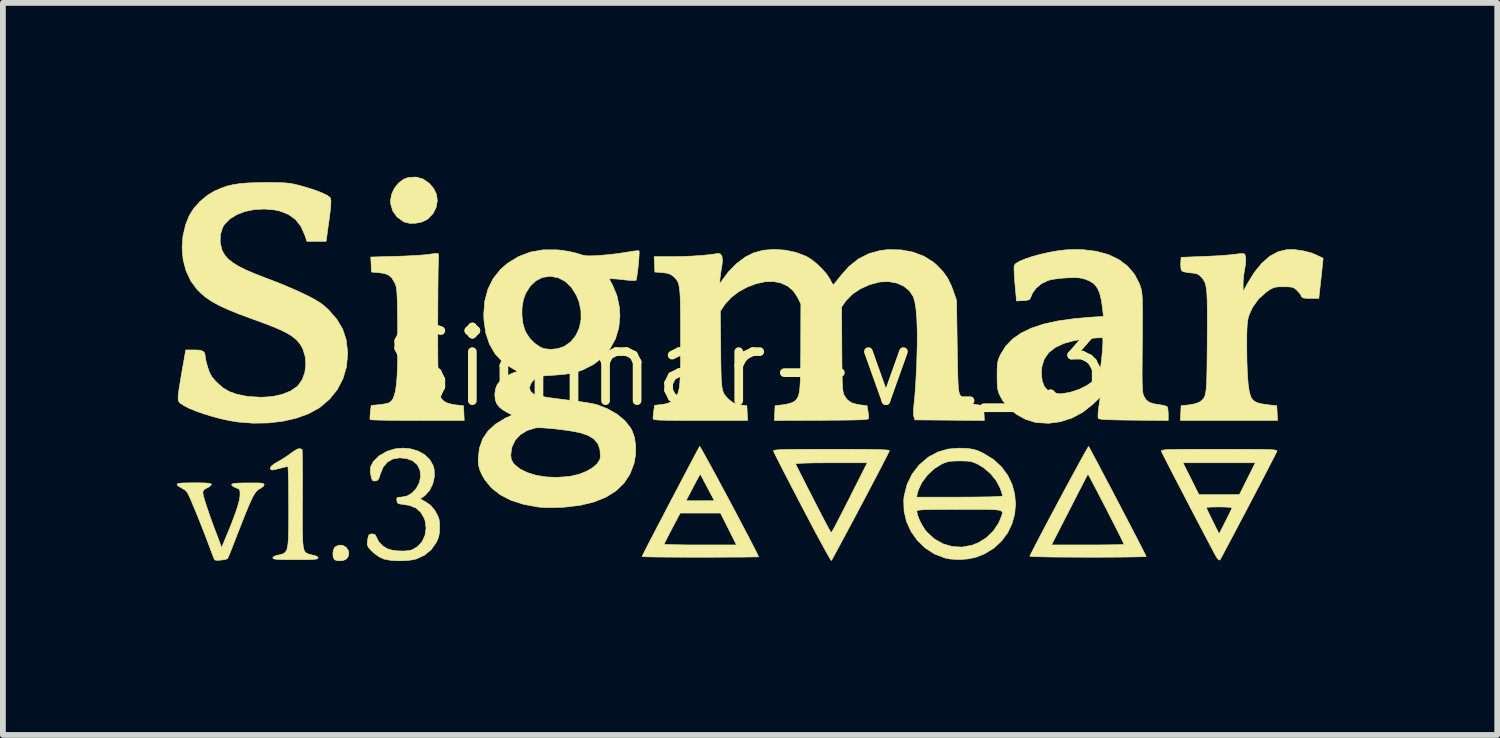
<source format=kicad_pcb>
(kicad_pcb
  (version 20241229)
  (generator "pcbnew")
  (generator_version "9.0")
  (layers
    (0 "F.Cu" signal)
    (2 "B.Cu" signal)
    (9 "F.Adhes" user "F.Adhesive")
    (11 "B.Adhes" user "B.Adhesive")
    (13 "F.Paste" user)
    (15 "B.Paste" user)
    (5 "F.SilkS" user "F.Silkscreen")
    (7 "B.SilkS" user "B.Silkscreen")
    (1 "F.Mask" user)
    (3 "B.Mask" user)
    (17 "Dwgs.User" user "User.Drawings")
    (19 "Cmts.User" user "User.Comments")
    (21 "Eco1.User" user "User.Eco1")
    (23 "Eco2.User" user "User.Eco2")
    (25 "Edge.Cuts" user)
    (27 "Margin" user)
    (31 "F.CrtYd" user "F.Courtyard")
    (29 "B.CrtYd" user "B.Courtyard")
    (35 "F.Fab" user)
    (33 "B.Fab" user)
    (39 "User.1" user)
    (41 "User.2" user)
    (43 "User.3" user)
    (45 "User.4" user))
  (footprint "Sigmar-v1_3"
    (layer "F.Cu")
    (at 9.848 3.284)
    (property "Reference" "Sigmar-v1_3" (at 0 0 0) (layer "F.SilkS") (effects (font (size 1.27 1.27) (thickness 0.15))))
    (attr through_hole)
    (fp_poly (pts (xy -6.988 3.075) (xy -6.93 3.106) (xy -6.89 3.16) (xy -6.879 3.214) (xy -6.892 3.271) (xy -6.918 3.309) (xy -6.968 3.334) (xy -7.033 3.343) (xy -7.095 3.337) (xy -7.129 3.319) (xy -7.15 3.273) (xy -7.154 3.208) (xy -7.14 3.144) (xy -7.116 3.104) (xy -7.054 3.073) (xy -6.988 3.075)) (stroke (width 0.01) (type solid)) (fill yes) (layer "F.SilkS"))
    (fp_poly (pts (xy -5.6 -3.246) (xy -5.494 -3.173) (xy -5.417 -3.084) (xy -5.366 -2.981) (xy -5.352 -2.868) (xy -5.373 -2.755) (xy -5.426 -2.649) (xy -5.511 -2.561) (xy -5.53 -2.546) (xy -5.619 -2.504) (xy -5.724 -2.482) (xy -5.83 -2.481) (xy -5.921 -2.503) (xy -5.937 -2.511) (xy -6.047 -2.591) (xy -6.12 -2.692) (xy -6.156 -2.812) (xy -6.16 -2.868) (xy -6.142 -2.979) (xy -6.093 -3.084) (xy -6.022 -3.175) (xy -5.934 -3.241) (xy -5.852 -3.272) (xy -5.719 -3.279) (xy -5.6 -3.246)) (stroke (width 0.01) (type solid)) (fill yes) (layer "F.SilkS"))
    (fp_poly (pts (xy -7.73 1.407) (xy -7.695 1.417) (xy -7.687 1.418) (xy -7.684 1.439) (xy -7.682 1.497) (xy -7.68 1.588) (xy -7.679 1.709) (xy -7.678 1.853) (xy -7.678 2.017) (xy -7.679 2.196) (xy -7.679 2.248) (xy -7.681 2.471) (xy -7.681 2.655) (xy -7.68 2.805) (xy -7.678 2.924) (xy -7.674 3.017) (xy -7.667 3.086) (xy -7.658 3.136) (xy -7.646 3.17) (xy -7.631 3.193) (xy -7.612 3.209) (xy -7.601 3.215) (xy -7.558 3.231) (xy -7.497 3.246) (xy -7.488 3.247) (xy -7.431 3.265) (xy -7.408 3.29) (xy -7.408 3.292) (xy -7.414 3.303) (xy -7.435 3.312) (xy -7.477 3.317) (xy -7.545 3.321) (xy -7.644 3.323) (xy -7.779 3.323) (xy -7.8 3.323) (xy -7.941 3.323) (xy -8.045 3.321) (xy -8.116 3.318) (xy -8.161 3.312) (xy -8.185 3.304) (xy -8.191 3.294) (xy -8.191 3.293) (xy -8.173 3.268) (xy -8.126 3.25) (xy -8.123 3.249) (xy -8.07 3.239) (xy -8.027 3.227) (xy -7.993 3.211) (xy -7.967 3.185) (xy -7.947 3.147) (xy -7.934 3.09) (xy -7.925 3.013) (xy -7.92 2.909) (xy -7.917 2.776) (xy -7.916 2.609) (xy -7.916 2.403) (xy -7.917 2.238) (xy -7.918 2.086) (xy -7.92 1.954) (xy -7.923 1.846) (xy -7.926 1.767) (xy -7.93 1.723) (xy -7.932 1.715) (xy -7.96 1.72) (xy -8.015 1.733) (xy -8.065 1.746) (xy -8.148 1.767) (xy -8.198 1.775) (xy -8.224 1.77) (xy -8.233 1.752) (xy -8.234 1.741) (xy -8.214 1.708) (xy -8.159 1.666) (xy -8.114 1.64) (xy -8.03 1.591) (xy -7.938 1.531) (xy -7.877 1.486) (xy -7.815 1.443) (xy -7.762 1.414) (xy -7.731 1.407) (xy -7.73 1.407)) (stroke (width 0.01) (type solid)) (fill yes) (layer "F.SilkS"))
    (fp_poly (pts (xy -5.337 -1.957) (xy -5.332 -1.931) (xy -5.331 -1.875) (xy -5.334 -1.803) (xy -5.336 -1.753) (xy -5.338 -1.666) (xy -5.339 -1.546) (xy -5.341 -1.399) (xy -5.342 -1.228) (xy -5.343 -1.04) (xy -5.344 -0.838) (xy -5.344 -0.635) (xy -5.344 -0.385) (xy -5.343 -0.175) (xy -5.341 0.001) (xy -5.339 0.145) (xy -5.335 0.261) (xy -5.329 0.353) (xy -5.321 0.423) (xy -5.311 0.477) (xy -5.297 0.516) (xy -5.281 0.546) (xy -5.261 0.569) (xy -5.237 0.589) (xy -5.227 0.597) (xy -5.172 0.623) (xy -5.091 0.644) (xy -5.037 0.652) (xy -4.9 0.667) (xy -4.888 0.921) (xy -5.695 0.921) (xy -5.876 0.92) (xy -6.043 0.919) (xy -6.191 0.918) (xy -6.317 0.916) (xy -6.415 0.913) (xy -6.481 0.91) (xy -6.51 0.907) (xy -6.511 0.906) (xy -6.514 0.879) (xy -6.511 0.823) (xy -6.507 0.777) (xy -6.493 0.662) (xy -6.358 0.649) (xy -6.28 0.639) (xy -6.215 0.626) (xy -6.181 0.614) (xy -6.146 0.587) (xy -6.116 0.544) (xy -6.092 0.482) (xy -6.072 0.399) (xy -6.057 0.291) (xy -6.046 0.155) (xy -6.039 -0.011) (xy -6.035 -0.212) (xy -6.034 -0.449) (xy -6.036 -0.661) (xy -6.038 -0.853) (xy -6.04 -1.007) (xy -6.042 -1.129) (xy -6.046 -1.223) (xy -6.05 -1.294) (xy -6.055 -1.347) (xy -6.062 -1.386) (xy -6.071 -1.417) (xy -6.082 -1.445) (xy -6.09 -1.46) (xy -6.137 -1.538) (xy -6.193 -1.588) (xy -6.269 -1.616) (xy -6.361 -1.629) (xy -6.488 -1.64) (xy -6.494 -1.77) (xy -6.5 -1.899) (xy -6.06 -1.911) (xy -5.917 -1.916) (xy -5.78 -1.923) (xy -5.657 -1.93) (xy -5.558 -1.938) (xy -5.49 -1.946) (xy -5.485 -1.947) (xy -5.414 -1.957) (xy -5.36 -1.961) (xy -5.337 -1.957)) (stroke (width 0.01) (type solid)) (fill yes) (layer "F.SilkS"))
    (fp_poly (pts (xy 5.899 1.392) (xy 5.929 1.447) (xy 5.973 1.53) (xy 6.031 1.637) (xy 6.098 1.765) (xy 6.173 1.908) (xy 6.255 2.062) (xy 6.339 2.223) (xy 6.425 2.387) (xy 6.509 2.549) (xy 6.591 2.705) (xy 6.666 2.85) (xy 6.734 2.981) (xy 6.791 3.092) (xy 6.836 3.18) (xy 6.866 3.239) (xy 6.879 3.267) (xy 6.879 3.268) (xy 6.859 3.271) (xy 6.8 3.273) (xy 6.707 3.275) (xy 6.584 3.277) (xy 6.436 3.279) (xy 6.265 3.28) (xy 6.077 3.281) (xy 5.875 3.281) (xy 5.872 3.281) (xy 5.67 3.28) (xy 5.482 3.279) (xy 5.312 3.278) (xy 5.164 3.276) (xy 5.042 3.273) (xy 4.95 3.27) (xy 4.892 3.267) (xy 4.872 3.263) (xy 4.872 3.263) (xy 4.89 3.224) (xy 4.925 3.154) (xy 4.969 3.069) (xy 5.246 3.069) (xy 5.872 3.069) (xy 6.03 3.069) (xy 6.173 3.068) (xy 6.297 3.066) (xy 6.395 3.065) (xy 6.463 3.062) (xy 6.496 3.06) (xy 6.498 3.059) (xy 6.489 3.038) (xy 6.463 2.985) (xy 6.424 2.905) (xy 6.373 2.805) (xy 6.315 2.69) (xy 6.25 2.564) (xy 6.184 2.434) (xy 6.117 2.305) (xy 6.053 2.181) (xy 5.995 2.07) (xy 5.945 1.975) (xy 5.907 1.903) (xy 5.882 1.858) (xy 5.874 1.846) (xy 5.864 1.865) (xy 5.836 1.918) (xy 5.794 2) (xy 5.739 2.106) (xy 5.675 2.231) (xy 5.603 2.372) (xy 5.557 2.461) (xy 5.246 3.069) (xy 4.969 3.069) (xy 4.974 3.058) (xy 5.036 2.94) (xy 5.107 2.805) (xy 5.185 2.657) (xy 5.269 2.5) (xy 5.355 2.338) (xy 5.442 2.175) (xy 5.527 2.017) (xy 5.609 1.866) (xy 5.684 1.728) (xy 5.751 1.606) (xy 5.806 1.506) (xy 5.849 1.43) (xy 5.877 1.383) (xy 5.886 1.37) (xy 5.899 1.392)) (stroke (width 0.01) (type solid)) (fill yes) (layer "F.SilkS"))
    (fp_poly (pts (xy -0.814 1.385) (xy -0.785 1.434) (xy -0.741 1.512) (xy -0.684 1.615) (xy -0.617 1.738) (xy -0.541 1.877) (xy -0.46 2.029) (xy -0.374 2.188) (xy -0.287 2.351) (xy -0.201 2.513) (xy -0.118 2.67) (xy -0.041 2.817) (xy 0.03 2.951) (xy 0.09 3.068) (xy 0.138 3.162) (xy 0.172 3.23) (xy 0.189 3.267) (xy 0.191 3.273) (xy 0.17 3.275) (xy 0.111 3.276) (xy 0.019 3.277) (xy -0.104 3.279) (xy -0.253 3.279) (xy -0.423 3.28) (xy -0.612 3.281) (xy -0.813 3.281) (xy -0.815 3.281) (xy -1.017 3.281) (xy -1.205 3.28) (xy -1.376 3.279) (xy -1.524 3.278) (xy -1.647 3.276) (xy -1.741 3.274) (xy -1.8 3.272) (xy -1.82 3.27) (xy -1.82 3.27) (xy -1.811 3.25) (xy -1.784 3.196) (xy -1.742 3.114) (xy -1.713 3.057) (xy -1.439 3.057) (xy -1.419 3.06) (xy -1.362 3.063) (xy -1.272 3.065) (xy -1.156 3.067) (xy -1.019 3.069) (xy -0.865 3.069) (xy -0.815 3.069) (xy -0.19 3.069) (xy -0.328 2.794) (xy -0.466 2.519) (xy -1.161 2.519) (xy -1.3 2.782) (xy -1.35 2.878) (xy -1.392 2.96) (xy -1.423 3.021) (xy -1.438 3.054) (xy -1.439 3.057) (xy -1.713 3.057) (xy -1.687 3.007) (xy -1.621 2.88) (xy -1.547 2.737) (xy -1.466 2.583) (xy -1.382 2.422) (xy -1.322 2.307) (xy -1.061 2.307) (xy -0.571 2.307) (xy -0.691 2.08) (xy -0.738 1.992) (xy -0.776 1.919) (xy -0.803 1.868) (xy -0.814 1.847) (xy -0.814 1.847) (xy -0.825 1.863) (xy -0.851 1.909) (xy -0.889 1.979) (xy -0.935 2.066) (xy -0.939 2.075) (xy -1.061 2.307) (xy -1.322 2.307) (xy -1.296 2.258) (xy -1.211 2.096) (xy -1.129 1.94) (xy -1.052 1.794) (xy -0.983 1.662) (xy -0.924 1.55) (xy -0.876 1.461) (xy -0.843 1.4) (xy -0.827 1.371) (xy -0.825 1.369) (xy -0.814 1.385)) (stroke (width 0.01) (type solid)) (fill yes) (layer "F.SilkS"))
    (fp_poly (pts (xy 1.692 1.418) (xy 1.894 1.419) (xy 2.059 1.42) (xy 2.191 1.422) (xy 2.292 1.425) (xy 2.366 1.428) (xy 2.414 1.432) (xy 2.441 1.437) (xy 2.449 1.444) (xy 2.449 1.445) (xy 2.433 1.478) (xy 2.401 1.543) (xy 2.353 1.635) (xy 2.294 1.75) (xy 2.225 1.883) (xy 2.147 2.03) (xy 2.065 2.187) (xy 1.979 2.349) (xy 1.893 2.512) (xy 1.808 2.672) (xy 1.726 2.825) (xy 1.651 2.965) (xy 1.584 3.089) (xy 1.528 3.193) (xy 1.485 3.272) (xy 1.457 3.322) (xy 1.446 3.338) (xy 1.433 3.321) (xy 1.403 3.27) (xy 1.357 3.188) (xy 1.297 3.079) (xy 1.225 2.947) (xy 1.144 2.796) (xy 1.055 2.627) (xy 0.96 2.446) (xy 0.942 2.412) (xy 0.846 2.228) (xy 0.756 2.055) (xy 0.674 1.896) (xy 0.601 1.756) (xy 0.557 1.668) (xy 0.829 1.668) (xy 0.843 1.698) (xy 0.873 1.759) (xy 0.917 1.846) (xy 0.971 1.952) (xy 1.031 2.071) (xy 1.096 2.197) (xy 1.161 2.325) (xy 1.224 2.447) (xy 1.282 2.559) (xy 1.331 2.653) (xy 1.368 2.724) (xy 1.39 2.765) (xy 1.392 2.769) (xy 1.445 2.86) (xy 1.481 2.8) (xy 1.5 2.766) (xy 1.535 2.699) (xy 1.583 2.606) (xy 1.642 2.491) (xy 1.709 2.36) (xy 1.781 2.218) (xy 1.792 2.195) (xy 2.067 1.651) (xy 1.444 1.651) (xy 1.287 1.652) (xy 1.145 1.653) (xy 1.024 1.656) (xy 0.927 1.659) (xy 0.861 1.663) (xy 0.83 1.667) (xy 0.829 1.668) (xy 0.557 1.668) (xy 0.541 1.637) (xy 0.494 1.544) (xy 0.463 1.481) (xy 0.449 1.451) (xy 0.448 1.45) (xy 0.451 1.442) (xy 0.464 1.436) (xy 0.492 1.431) (xy 0.537 1.427) (xy 0.603 1.424) (xy 0.693 1.422) (xy 0.811 1.42) (xy 0.96 1.419) (xy 1.143 1.418) (xy 1.364 1.418) (xy 1.451 1.418) (xy 1.692 1.418)) (stroke (width 0.01) (type solid)) (fill yes) (layer "F.SilkS"))
    (fp_poly (pts (xy 8.372 1.418) (xy 8.566 1.419) (xy 8.725 1.419) (xy 8.852 1.42) (xy 8.95 1.422) (xy 9.024 1.425) (xy 9.075 1.428) (xy 9.109 1.433) (xy 9.128 1.438) (xy 9.135 1.445) (xy 9.135 1.453) (xy 9.135 1.454) (xy 9.121 1.482) (xy 9.091 1.543) (xy 9.045 1.632) (xy 8.987 1.744) (xy 8.919 1.875) (xy 8.844 2.02) (xy 8.762 2.176) (xy 8.677 2.338) (xy 8.592 2.501) (xy 8.507 2.661) (xy 8.427 2.814) (xy 8.352 2.955) (xy 8.286 3.08) (xy 8.23 3.185) (xy 8.188 3.264) (xy 8.16 3.314) (xy 8.15 3.33) (xy 8.13 3.325) (xy 8.101 3.292) (xy 8.091 3.277) (xy 8.072 3.243) (xy 8.037 3.177) (xy 7.987 3.083) (xy 7.926 2.967) (xy 7.855 2.832) (xy 7.777 2.684) (xy 7.695 2.526) (xy 7.641 2.423) (xy 7.916 2.423) (xy 7.925 2.445) (xy 7.949 2.497) (xy 7.985 2.571) (xy 8.027 2.656) (xy 8.138 2.879) (xy 8.248 2.662) (xy 8.292 2.575) (xy 8.328 2.501) (xy 8.352 2.45) (xy 8.36 2.429) (xy 8.341 2.422) (xy 8.288 2.417) (xy 8.21 2.414) (xy 8.139 2.413) (xy 8.047 2.414) (xy 7.974 2.416) (xy 7.928 2.42) (xy 7.916 2.423) (xy 7.641 2.423) (xy 7.611 2.365) (xy 7.527 2.203) (xy 7.445 2.046) (xy 7.368 1.898) (xy 7.299 1.764) (xy 7.241 1.651) (xy 7.514 1.651) (xy 7.652 1.926) (xy 7.79 2.201) (xy 8.488 2.201) (xy 8.625 1.926) (xy 8.763 1.651) (xy 7.514 1.651) (xy 7.241 1.651) (xy 7.24 1.648) (xy 7.192 1.555) (xy 7.159 1.49) (xy 7.143 1.457) (xy 7.143 1.455) (xy 7.141 1.447) (xy 7.147 1.44) (xy 7.162 1.434) (xy 7.192 1.429) (xy 7.238 1.425) (xy 7.305 1.423) (xy 7.396 1.421) (xy 7.515 1.419) (xy 7.664 1.419) (xy 7.848 1.418) (xy 8.07 1.418) (xy 8.139 1.418) (xy 8.372 1.418)) (stroke (width 0.01) (type solid)) (fill yes) (layer "F.SilkS"))
    (fp_poly (pts (xy -9.423 1.998) (xy -9.337 2.001) (xy -9.283 2.007) (xy -9.256 2.015) (xy -9.25 2.025) (xy -9.268 2.05) (xy -9.311 2.078) (xy -9.324 2.084) (xy -9.377 2.114) (xy -9.397 2.152) (xy -9.398 2.165) (xy -9.39 2.215) (xy -9.366 2.302) (xy -9.326 2.425) (xy -9.273 2.58) (xy -9.205 2.766) (xy -9.172 2.853) (xy -9.074 3.114) (xy -8.992 2.917) (xy -8.91 2.718) (xy -8.848 2.554) (xy -8.802 2.422) (xy -8.773 2.317) (xy -8.758 2.237) (xy -8.757 2.217) (xy -8.756 2.152) (xy -8.764 2.117) (xy -8.787 2.097) (xy -8.826 2.083) (xy -8.875 2.06) (xy -8.9 2.034) (xy -8.901 2.029) (xy -8.892 2.017) (xy -8.862 2.009) (xy -8.805 2.003) (xy -8.717 2) (xy -8.62 1.999) (xy -8.505 1.999) (xy -8.426 2) (xy -8.377 2.005) (xy -8.35 2.013) (xy -8.341 2.024) (xy -8.34 2.03) (xy -8.358 2.061) (xy -8.401 2.092) (xy -8.409 2.095) (xy -8.435 2.109) (xy -8.459 2.128) (xy -8.483 2.154) (xy -8.509 2.192) (xy -8.538 2.244) (xy -8.572 2.315) (xy -8.613 2.408) (xy -8.661 2.525) (xy -8.719 2.671) (xy -8.789 2.849) (xy -8.872 3.062) (xy -8.895 3.122) (xy -8.926 3.2) (xy -8.952 3.263) (xy -8.969 3.3) (xy -8.973 3.305) (xy -9.002 3.317) (xy -9.055 3.327) (xy -9.115 3.333) (xy -9.167 3.333) (xy -9.194 3.327) (xy -9.195 3.326) (xy -9.206 3.301) (xy -9.229 3.244) (xy -9.259 3.164) (xy -9.295 3.068) (xy -9.299 3.057) (xy -9.351 2.92) (xy -9.407 2.777) (xy -9.463 2.635) (xy -9.518 2.5) (xy -9.568 2.379) (xy -9.611 2.278) (xy -9.645 2.204) (xy -9.666 2.163) (xy -9.666 2.163) (xy -9.707 2.121) (xy -9.765 2.085) (xy -9.77 2.083) (xy -9.817 2.056) (xy -9.842 2.029) (xy -9.842 2.025) (xy -9.833 2.013) (xy -9.801 2.005) (xy -9.742 2) (xy -9.65 1.998) (xy -9.546 1.997) (xy -9.423 1.998)) (stroke (width 0.01) (type solid)) (fill yes) (layer "F.SilkS"))
    (fp_poly (pts (xy -5.811 1.411) (xy -5.685 1.449) (xy -5.574 1.51) (xy -5.486 1.592) (xy -5.426 1.695) (xy -5.407 1.762) (xy -5.402 1.889) (xy -5.43 2.014) (xy -5.486 2.127) (xy -5.565 2.216) (xy -5.589 2.234) (xy -5.649 2.274) (xy -5.55 2.328) (xy -5.467 2.387) (xy -5.398 2.47) (xy -5.382 2.497) (xy -5.344 2.566) (xy -5.323 2.624) (xy -5.314 2.691) (xy -5.313 2.764) (xy -5.316 2.859) (xy -5.33 2.931) (xy -5.358 3.001) (xy -5.372 3.029) (xy -5.459 3.152) (xy -5.576 3.247) (xy -5.716 3.311) (xy -5.72 3.312) (xy -5.815 3.331) (xy -5.933 3.341) (xy -6.057 3.341) (xy -6.173 3.332) (xy -6.266 3.314) (xy -6.28 3.31) (xy -6.353 3.275) (xy -6.427 3.224) (xy -6.493 3.166) (xy -6.541 3.11) (xy -6.561 3.063) (xy -6.562 3.059) (xy -6.557 3.003) (xy -6.548 2.945) (xy -6.532 2.898) (xy -6.501 2.88) (xy -6.477 2.879) (xy -6.428 2.889) (xy -6.406 2.927) (xy -6.406 2.928) (xy -6.366 3.011) (xy -6.295 3.085) (xy -6.214 3.135) (xy -6.133 3.159) (xy -6.029 3.172) (xy -5.921 3.174) (xy -5.826 3.164) (xy -5.785 3.153) (xy -5.687 3.094) (xy -5.612 3.008) (xy -5.564 2.901) (xy -5.546 2.782) (xy -5.56 2.661) (xy -5.578 2.609) (xy -5.638 2.505) (xy -5.72 2.432) (xy -5.829 2.388) (xy -5.927 2.371) (xy -5.994 2.363) (xy -6.03 2.351) (xy -6.045 2.329) (xy -6.05 2.302) (xy -6.051 2.264) (xy -6.034 2.248) (xy -5.989 2.244) (xy -5.974 2.244) (xy -5.873 2.224) (xy -5.784 2.17) (xy -5.712 2.091) (xy -5.662 1.994) (xy -5.64 1.886) (xy -5.651 1.78) (xy -5.696 1.686) (xy -5.774 1.618) (xy -5.882 1.578) (xy -6.001 1.566) (xy -6.118 1.585) (xy -6.215 1.64) (xy -6.289 1.73) (xy -6.338 1.851) (xy -6.339 1.856) (xy -6.359 1.919) (xy -6.381 1.951) (xy -6.414 1.964) (xy -6.419 1.964) (xy -6.451 1.965) (xy -6.473 1.952) (xy -6.488 1.917) (xy -6.501 1.852) (xy -6.508 1.814) (xy -6.503 1.721) (xy -6.457 1.631) (xy -6.368 1.543) (xy -6.344 1.524) (xy -6.219 1.453) (xy -6.084 1.411) (xy -5.946 1.398) (xy -5.811 1.411)) (stroke (width 0.01) (type solid)) (fill yes) (layer "F.SilkS"))
    (fp_poly (pts (xy 3.722 1.401) (xy 3.823 1.408) (xy 3.899 1.42) (xy 3.97 1.442) (xy 4.053 1.479) (xy 4.074 1.49) (xy 4.244 1.595) (xy 4.383 1.722) (xy 4.49 1.868) (xy 4.566 2.026) (xy 4.611 2.194) (xy 4.625 2.365) (xy 4.61 2.536) (xy 4.564 2.702) (xy 4.49 2.858) (xy 4.386 2.999) (xy 4.254 3.122) (xy 4.093 3.221) (xy 3.94 3.282) (xy 3.801 3.311) (xy 3.647 3.321) (xy 3.497 3.312) (xy 3.408 3.294) (xy 3.227 3.225) (xy 3.068 3.122) (xy 2.932 2.991) (xy 2.823 2.838) (xy 2.745 2.667) (xy 2.702 2.486) (xy 2.921 2.486) (xy 2.933 2.549) (xy 2.964 2.632) (xy 3.009 2.721) (xy 3.06 2.803) (xy 3.093 2.845) (xy 3.225 2.966) (xy 3.375 3.05) (xy 3.536 3.097) (xy 3.703 3.106) (xy 3.872 3.075) (xy 3.988 3.029) (xy 4.127 2.941) (xy 4.244 2.827) (xy 4.332 2.695) (xy 4.359 2.633) (xy 4.378 2.587) (xy 4.392 2.549) (xy 4.399 2.519) (xy 4.394 2.496) (xy 4.374 2.479) (xy 4.335 2.468) (xy 4.273 2.461) (xy 4.185 2.457) (xy 4.066 2.455) (xy 3.914 2.455) (xy 3.725 2.455) (xy 3.662 2.455) (xy 3.462 2.456) (xy 3.301 2.456) (xy 3.175 2.458) (xy 3.079 2.46) (xy 3.01 2.463) (xy 2.963 2.468) (xy 2.936 2.473) (xy 2.923 2.48) (xy 2.921 2.486) (xy 2.702 2.486) (xy 2.702 2.484) (xy 2.696 2.294) (xy 2.701 2.244) (xy 2.918 2.244) (xy 3.66 2.244) (xy 3.866 2.243) (xy 4.041 2.241) (xy 4.185 2.239) (xy 4.295 2.235) (xy 4.367 2.231) (xy 4.401 2.225) (xy 4.403 2.223) (xy 4.396 2.194) (xy 4.378 2.138) (xy 4.359 2.086) (xy 4.294 1.962) (xy 4.199 1.844) (xy 4.083 1.742) (xy 3.986 1.682) (xy 3.923 1.652) (xy 3.867 1.633) (xy 3.805 1.623) (xy 3.724 1.62) (xy 3.662 1.619) (xy 3.561 1.621) (xy 3.488 1.627) (xy 3.429 1.641) (xy 3.37 1.664) (xy 3.342 1.678) (xy 3.217 1.757) (xy 3.105 1.863) (xy 3.013 1.985) (xy 2.95 2.114) (xy 2.932 2.175) (xy 2.918 2.244) (xy 2.701 2.244) (xy 2.704 2.221) (xy 2.754 2.025) (xy 2.841 1.846) (xy 2.962 1.69) (xy 3.112 1.561) (xy 3.137 1.544) (xy 3.292 1.463) (xy 3.459 1.415) (xy 3.644 1.399) (xy 3.722 1.401)) (stroke (width 0.01) (type solid)) (fill yes) (layer "F.SilkS"))
    (fp_poly (pts (xy 9.586 -2.006) (xy 9.73 -1.969) (xy 9.819 -1.933) (xy 9.933 -1.878) (xy 9.919 -1.749) (xy 9.911 -1.669) (xy 9.9 -1.565) (xy 9.888 -1.453) (xy 9.882 -1.402) (xy 9.858 -1.185) (xy 9.714 -1.185) (xy 9.635 -1.187) (xy 9.589 -1.194) (xy 9.566 -1.209) (xy 9.558 -1.224) (xy 9.535 -1.263) (xy 9.494 -1.311) (xy 9.481 -1.324) (xy 9.445 -1.356) (xy 9.41 -1.374) (xy 9.363 -1.383) (xy 9.292 -1.386) (xy 9.25 -1.386) (xy 9.164 -1.385) (xy 9.105 -1.378) (xy 9.056 -1.361) (xy 9.001 -1.329) (xy 8.962 -1.302) (xy 8.822 -1.18) (xy 8.715 -1.032) (xy 8.656 -0.901) (xy 8.642 -0.856) (xy 8.631 -0.807) (xy 8.624 -0.749) (xy 8.619 -0.673) (xy 8.616 -0.573) (xy 8.615 -0.441) (xy 8.615 -0.344) (xy 8.618 -0.091) (xy 8.626 0.121) (xy 8.639 0.292) (xy 8.658 0.421) (xy 8.682 0.508) (xy 8.694 0.531) (xy 8.729 0.576) (xy 8.778 0.608) (xy 8.85 0.631) (xy 8.954 0.647) (xy 8.985 0.651) (xy 9.133 0.667) (xy 9.146 0.921) (xy 7.47 0.921) (xy 7.476 0.794) (xy 7.482 0.667) (xy 7.619 0.652) (xy 7.708 0.636) (xy 7.781 0.613) (xy 7.81 0.597) (xy 7.837 0.576) (xy 7.86 0.554) (xy 7.879 0.528) (xy 7.894 0.494) (xy 7.905 0.447) (xy 7.914 0.384) (xy 7.921 0.301) (xy 7.925 0.193) (xy 7.928 0.058) (xy 7.93 -0.111) (xy 7.932 -0.315) (xy 7.933 -0.439) (xy 7.935 -0.671) (xy 7.935 -0.864) (xy 7.934 -1.023) (xy 7.932 -1.152) (xy 7.927 -1.255) (xy 7.921 -1.335) (xy 7.911 -1.397) (xy 7.899 -1.445) (xy 7.882 -1.483) (xy 7.863 -1.515) (xy 7.839 -1.544) (xy 7.834 -1.55) (xy 7.794 -1.588) (xy 7.751 -1.61) (xy 7.69 -1.622) (xy 7.645 -1.625) (xy 7.572 -1.635) (xy 7.516 -1.649) (xy 7.492 -1.662) (xy 7.48 -1.699) (xy 7.475 -1.759) (xy 7.476 -1.792) (xy 7.482 -1.894) (xy 7.868 -1.909) (xy 8.005 -1.915) (xy 8.139 -1.922) (xy 8.26 -1.931) (xy 8.356 -1.94) (xy 8.406 -1.946) (xy 8.49 -1.956) (xy 8.55 -1.958) (xy 8.577 -1.951) (xy 8.594 -1.91) (xy 8.597 -1.838) (xy 8.589 -1.744) (xy 8.576 -1.675) (xy 8.562 -1.585) (xy 8.553 -1.484) (xy 8.552 -1.431) (xy 8.552 -1.302) (xy 8.622 -1.432) (xy 8.745 -1.633) (xy 8.876 -1.793) (xy 9.012 -1.913) (xy 9.156 -1.99) (xy 9.303 -2.026) (xy 9.437 -2.027) (xy 9.586 -2.006)) (stroke (width 0.01) (type solid)) (fill yes) (layer "F.SilkS"))
    (fp_poly (pts (xy -8.076 -3.183) (xy -7.986 -3.179) (xy -7.912 -3.172) (xy -7.846 -3.161) (xy -7.778 -3.146) (xy -7.736 -3.136) (xy -7.582 -3.092) (xy -7.446 -3.047) (xy -7.334 -3.003) (xy -7.251 -2.962) (xy -7.203 -2.926) (xy -7.195 -2.914) (xy -7.188 -2.876) (xy -7.19 -2.806) (xy -7.199 -2.7) (xy -7.217 -2.557) (xy -7.223 -2.519) (xy -7.271 -2.17) (xy -7.602 -2.17) (xy -7.639 -2.279) (xy -7.707 -2.43) (xy -7.799 -2.547) (xy -7.918 -2.633) (xy -8.066 -2.691) (xy -8.157 -2.711) (xy -8.336 -2.727) (xy -8.51 -2.718) (xy -8.672 -2.685) (xy -8.816 -2.629) (xy -8.935 -2.554) (xy -9.025 -2.462) (xy -9.057 -2.408) (xy -9.095 -2.285) (xy -9.099 -2.152) (xy -9.07 -2.025) (xy -9.057 -1.996) (xy -9.017 -1.928) (xy -8.961 -1.865) (xy -8.887 -1.805) (xy -8.79 -1.744) (xy -8.665 -1.681) (xy -8.51 -1.614) (xy -8.319 -1.539) (xy -8.223 -1.503) (xy -8.085 -1.45) (xy -7.929 -1.385) (xy -7.775 -1.318) (xy -7.646 -1.258) (xy -7.524 -1.197) (xy -7.432 -1.146) (xy -7.358 -1.098) (xy -7.293 -1.047) (xy -7.227 -0.985) (xy -7.22 -0.978) (xy -7.083 -0.82) (xy -6.985 -0.653) (xy -6.925 -0.471) (xy -6.901 -0.27) (xy -6.9 -0.222) (xy -6.92 -0.004) (xy -6.98 0.199) (xy -7.076 0.385) (xy -7.209 0.551) (xy -7.375 0.693) (xy -7.404 0.712) (xy -7.581 0.808) (xy -7.788 0.882) (xy -8.02 0.935) (xy -8.269 0.964) (xy -8.529 0.968) (xy -8.781 0.949) (xy -8.924 0.926) (xy -9.075 0.894) (xy -9.227 0.854) (xy -9.375 0.809) (xy -9.511 0.762) (xy -9.63 0.713) (xy -9.724 0.666) (xy -9.789 0.622) (xy -9.814 0.593) (xy -9.82 0.575) (xy -9.824 0.552) (xy -9.824 0.52) (xy -9.821 0.473) (xy -9.813 0.409) (xy -9.799 0.322) (xy -9.781 0.208) (xy -9.756 0.064) (xy -9.724 -0.116) (xy -9.705 -0.228) (xy -9.692 -0.296) (xy -9.546 -0.296) (xy -9.454 -0.292) (xy -9.396 -0.274) (xy -9.366 -0.24) (xy -9.356 -0.184) (xy -9.356 -0.173) (xy -9.35 -0.132) (xy -9.334 -0.066) (xy -9.311 0.012) (xy -9.311 0.012) (xy -9.281 0.098) (xy -9.243 0.165) (xy -9.188 0.232) (xy -9.147 0.274) (xy -9.048 0.36) (xy -8.941 0.423) (xy -8.815 0.468) (xy -8.662 0.5) (xy -8.592 0.509) (xy -8.391 0.521) (xy -8.202 0.509) (xy -8.032 0.472) (xy -7.886 0.414) (xy -7.771 0.335) (xy -7.752 0.316) (xy -7.682 0.216) (xy -7.638 0.092) (xy -7.621 -0.044) (xy -7.632 -0.182) (xy -7.671 -0.311) (xy -7.711 -0.383) (xy -7.754 -0.44) (xy -7.807 -0.493) (xy -7.873 -0.542) (xy -7.956 -0.592) (xy -8.062 -0.644) (xy -8.195 -0.7) (xy -8.359 -0.763) (xy -8.559 -0.836) (xy -8.562 -0.837) (xy -8.78 -0.918) (xy -8.963 -0.992) (xy -9.114 -1.062) (xy -9.24 -1.131) (xy -9.346 -1.202) (xy -9.436 -1.278) (xy -9.497 -1.339) (xy -9.608 -1.49) (xy -9.688 -1.663) (xy -9.738 -1.854) (xy -9.756 -2.055) (xy -9.741 -2.26) (xy -9.694 -2.461) (xy -9.631 -2.617) (xy -9.553 -2.739) (xy -9.447 -2.857) (xy -9.323 -2.961) (xy -9.197 -3.037) (xy -9.086 -3.085) (xy -8.98 -3.123) (xy -8.87 -3.149) (xy -8.749 -3.167) (xy -8.606 -3.178) (xy -8.435 -3.183) (xy -8.34 -3.184) (xy -8.191 -3.184) (xy -8.076 -3.183)) (stroke (width 0.01) (type solid)) (fill yes) (layer "F.SilkS"))
    (fp_poly (pts (xy 5.775 -2.027) (xy 5.787 -2.026) (xy 6.02 -1.998) (xy 6.227 -1.941) (xy 6.407 -1.855) (xy 6.557 -1.743) (xy 6.675 -1.605) (xy 6.761 -1.442) (xy 6.775 -1.401) (xy 6.787 -1.366) (xy 6.796 -1.332) (xy 6.803 -1.293) (xy 6.808 -1.246) (xy 6.812 -1.187) (xy 6.814 -1.109) (xy 6.816 -1.01) (xy 6.816 -0.884) (xy 6.815 -0.727) (xy 6.814 -0.535) (xy 6.813 -0.417) (xy 6.811 -0.203) (xy 6.81 -0.027) (xy 6.809 0.114) (xy 6.81 0.226) (xy 6.812 0.313) (xy 6.815 0.378) (xy 6.82 0.426) (xy 6.825 0.461) (xy 6.833 0.487) (xy 6.843 0.509) (xy 6.843 0.51) (xy 6.881 0.568) (xy 6.934 0.608) (xy 7.009 0.633) (xy 7.108 0.649) (xy 7.176 0.66) (xy 7.226 0.675) (xy 7.244 0.686) (xy 7.253 0.719) (xy 7.259 0.779) (xy 7.26 0.815) (xy 7.26 0.921) (xy 6.663 0.916) (xy 6.478 0.914) (xy 6.331 0.911) (xy 6.219 0.907) (xy 6.139 0.903) (xy 6.087 0.897) (xy 6.059 0.889) (xy 6.052 0.884) (xy 6.048 0.852) (xy 6.051 0.789) (xy 6.059 0.709) (xy 6.062 0.688) (xy 6.087 0.519) (xy 5.96 0.64) (xy 5.788 0.777) (xy 5.6 0.878) (xy 5.4 0.943) (xy 5.194 0.97) (xy 4.987 0.957) (xy 4.957 0.951) (xy 4.795 0.9) (xy 4.644 0.817) (xy 4.51 0.708) (xy 4.405 0.579) (xy 4.366 0.511) (xy 4.34 0.455) (xy 4.323 0.405) (xy 4.313 0.349) (xy 4.309 0.277) (xy 4.307 0.176) (xy 4.307 0.148) (xy 4.308 0.106) (xy 5.07 0.106) (xy 5.085 0.241) (xy 5.127 0.345) (xy 5.196 0.416) (xy 5.293 0.455) (xy 5.417 0.461) (xy 5.568 0.435) (xy 5.573 0.434) (xy 5.723 0.384) (xy 5.856 0.318) (xy 5.967 0.24) (xy 6.046 0.156) (xy 6.067 0.122) (xy 6.079 0.083) (xy 6.091 0.014) (xy 6.103 -0.075) (xy 6.114 -0.174) (xy 6.124 -0.275) (xy 6.13 -0.368) (xy 6.133 -0.443) (xy 6.131 -0.492) (xy 6.127 -0.505) (xy 6.103 -0.507) (xy 6.046 -0.505) (xy 5.964 -0.499) (xy 5.865 -0.49) (xy 5.864 -0.49) (xy 5.642 -0.458) (xy 5.458 -0.408) (xy 5.311 -0.339) (xy 5.199 -0.251) (xy 5.123 -0.143) (xy 5.081 -0.014) (xy 5.07 0.106) (xy 4.308 0.106) (xy 4.308 0.04) (xy 4.312 -0.037) (xy 4.32 -0.096) (xy 4.335 -0.146) (xy 4.359 -0.201) (xy 4.37 -0.222) (xy 4.456 -0.361) (xy 4.572 -0.482) (xy 4.718 -0.585) (xy 4.896 -0.671) (xy 5.108 -0.742) (xy 5.355 -0.796) (xy 5.639 -0.836) (xy 5.913 -0.86) (xy 6.142 -0.874) (xy 6.129 -0.993) (xy 6.107 -1.15) (xy 6.078 -1.271) (xy 6.039 -1.362) (xy 5.987 -1.429) (xy 5.918 -1.478) (xy 5.843 -1.511) (xy 5.783 -1.529) (xy 5.721 -1.54) (xy 5.644 -1.544) (xy 5.542 -1.541) (xy 5.507 -1.54) (xy 5.392 -1.531) (xy 5.286 -1.517) (xy 5.205 -1.5) (xy 5.183 -1.493) (xy 5.071 -1.438) (xy 4.979 -1.361) (xy 4.915 -1.272) (xy 4.901 -1.238) (xy 4.883 -1.19) (xy 4.861 -1.164) (xy 4.823 -1.152) (xy 4.757 -1.147) (xy 4.642 -1.141) (xy 4.616 -1.428) (xy 4.607 -1.536) (xy 4.602 -1.632) (xy 4.6 -1.707) (xy 4.602 -1.75) (xy 4.603 -1.755) (xy 4.633 -1.79) (xy 4.7 -1.828) (xy 4.797 -1.869) (xy 4.918 -1.909) (xy 5.058 -1.947) (xy 5.211 -1.981) (xy 5.37 -2.009) (xy 5.395 -2.012) (xy 5.51 -2.024) (xy 5.644 -2.029) (xy 5.775 -2.027)) (stroke (width 0.01) (type solid)) (fill yes) (layer "F.SilkS"))
    (fp_poly (pts (xy -3.207 -2.015) (xy -3.105 -1.999) (xy -3.005 -1.979) (xy -2.924 -1.957) (xy -2.902 -1.95) (xy -2.851 -1.933) (xy -2.801 -1.923) (xy -2.741 -1.919) (xy -2.661 -1.92) (xy -2.549 -1.927) (xy -2.548 -1.927) (xy -2.422 -1.938) (xy -2.284 -1.953) (xy -2.155 -1.971) (xy -2.091 -1.981) (xy -2.003 -1.995) (xy -1.93 -2.005) (xy -1.884 -2.008) (xy -1.872 -2.006) (xy -1.869 -1.981) (xy -1.871 -1.925) (xy -1.876 -1.847) (xy -1.885 -1.758) (xy -1.894 -1.668) (xy -1.905 -1.588) (xy -1.915 -1.528) (xy -1.923 -1.498) (xy -1.924 -1.498) (xy -1.951 -1.493) (xy -2.008 -1.494) (xy -2.084 -1.501) (xy -2.097 -1.502) (xy -2.184 -1.513) (xy -2.264 -1.52) (xy -2.32 -1.523) (xy -2.321 -1.523) (xy -2.388 -1.524) (xy -2.328 -1.413) (xy -2.253 -1.233) (xy -2.211 -1.034) (xy -2.201 -0.884) (xy -2.221 -0.678) (xy -2.278 -0.488) (xy -2.371 -0.318) (xy -2.497 -0.17) (xy -2.655 -0.047) (xy -2.841 0.048) (xy -2.985 0.096) (xy -3.054 0.11) (xy -3.151 0.123) (xy -3.263 0.134) (xy -3.356 0.141) (xy -3.476 0.148) (xy -3.563 0.159) (xy -3.624 0.175) (xy -3.668 0.2) (xy -3.704 0.238) (xy -3.735 0.281) (xy -3.762 0.351) (xy -3.748 0.413) (xy -3.694 0.463) (xy -3.671 0.475) (xy -3.62 0.492) (xy -3.53 0.51) (xy -3.406 0.53) (xy -3.253 0.55) (xy -3.158 0.562) (xy -3.018 0.579) (xy -2.884 0.597) (xy -2.766 0.615) (xy -2.671 0.632) (xy -2.609 0.646) (xy -2.603 0.647) (xy -2.416 0.719) (xy -2.253 0.812) (xy -2.118 0.923) (xy -2.018 1.048) (xy -1.995 1.089) (xy -1.95 1.214) (xy -1.929 1.362) (xy -1.932 1.518) (xy -1.958 1.663) (xy -2.028 1.846) (xy -2.132 2.004) (xy -2.27 2.136) (xy -2.442 2.244) (xy -2.647 2.327) (xy -2.886 2.385) (xy -3.159 2.417) (xy -3.239 2.421) (xy -3.353 2.424) (xy -3.468 2.423) (xy -3.568 2.418) (xy -3.619 2.414) (xy -3.868 2.367) (xy -4.084 2.297) (xy -4.268 2.202) (xy -4.418 2.084) (xy -4.533 1.944) (xy -4.577 1.867) (xy -4.616 1.781) (xy -4.637 1.709) (xy -4.645 1.631) (xy -4.646 1.577) (xy -4.638 1.512) (xy -4.085 1.512) (xy -4.085 1.512) (xy -4.077 1.588) (xy -4.047 1.649) (xy -4.022 1.679) (xy -3.928 1.757) (xy -3.801 1.82) (xy -3.649 1.867) (xy -3.477 1.895) (xy -3.293 1.903) (xy -3.104 1.89) (xy -3.048 1.882) (xy -2.909 1.85) (xy -2.784 1.801) (xy -2.678 1.741) (xy -2.597 1.672) (xy -2.549 1.599) (xy -2.538 1.55) (xy -2.546 1.422) (xy -2.583 1.32) (xy -2.652 1.239) (xy -2.756 1.177) (xy -2.886 1.134) (xy -2.97 1.116) (xy -3.077 1.098) (xy -3.198 1.081) (xy -3.323 1.066) (xy -3.442 1.055) (xy -3.546 1.048) (xy -3.624 1.047) (xy -3.658 1.05) (xy -3.801 1.094) (xy -3.919 1.166) (xy -4.009 1.263) (xy -4.065 1.379) (xy -4.085 1.512) (xy -4.638 1.512) (xy -4.626 1.399) (xy -4.569 1.239) (xy -4.475 1.1) (xy -4.344 0.982) (xy -4.21 0.901) (xy -4.062 0.827) (xy -4.142 0.785) (xy -4.221 0.739) (xy -4.275 0.696) (xy -4.319 0.643) (xy -4.324 0.636) (xy -4.352 0.565) (xy -4.36 0.474) (xy -4.349 0.38) (xy -4.318 0.301) (xy -4.318 0.301) (xy -4.267 0.241) (xy -4.19 0.179) (xy -4.105 0.127) (xy -4.027 0.094) (xy -4.015 0.091) (xy -3.984 0.083) (xy -3.977 0.074) (xy -3.999 0.056) (xy -4.053 0.025) (xy -4.068 0.017) (xy -4.228 -0.093) (xy -4.356 -0.23) (xy -4.452 -0.396) (xy -4.516 -0.588) (xy -4.547 -0.806) (xy -4.55 -0.888) (xy -3.892 -0.888) (xy -3.874 -0.746) (xy -3.836 -0.623) (xy -3.825 -0.6) (xy -3.758 -0.498) (xy -3.671 -0.41) (xy -3.577 -0.345) (xy -3.517 -0.32) (xy -3.402 -0.305) (xy -3.279 -0.317) (xy -3.167 -0.353) (xy -3.161 -0.357) (xy -3.047 -0.438) (xy -2.96 -0.547) (xy -2.901 -0.677) (xy -2.872 -0.822) (xy -2.874 -0.977) (xy -2.909 -1.135) (xy -2.952 -1.238) (xy -3.037 -1.374) (xy -3.141 -1.476) (xy -3.262 -1.54) (xy -3.396 -1.566) (xy -3.415 -1.566) (xy -3.54 -1.546) (xy -3.653 -1.488) (xy -3.75 -1.396) (xy -3.826 -1.274) (xy -3.866 -1.167) (xy -3.89 -1.034) (xy -3.892 -0.888) (xy -4.55 -0.888) (xy -4.551 -0.915) (xy -4.533 -1.14) (xy -4.479 -1.343) (xy -4.389 -1.525) (xy -4.264 -1.683) (xy -4.143 -1.789) (xy -3.954 -1.905) (xy -3.748 -1.984) (xy -3.526 -2.023) (xy -3.288 -2.023) (xy -3.207 -2.015)) (stroke (width 0.01) (type solid)) (fill yes) (layer "F.SilkS"))
    (fp_poly (pts (xy 0.651 -2.018) (xy 0.84 -1.978) (xy 1.014 -1.911) (xy 1.016 -1.91) (xy 1.107 -1.853) (xy 1.204 -1.775) (xy 1.296 -1.685) (xy 1.373 -1.595) (xy 1.425 -1.513) (xy 1.427 -1.508) (xy 1.454 -1.456) (xy 1.475 -1.426) (xy 1.482 -1.423) (xy 1.501 -1.441) (xy 1.538 -1.486) (xy 1.586 -1.547) (xy 1.601 -1.566) (xy 1.751 -1.736) (xy 1.915 -1.866) (xy 2.096 -1.958) (xy 2.293 -2.012) (xy 2.426 -2.027) (xy 2.651 -2.022) (xy 2.859 -1.983) (xy 3.047 -1.912) (xy 3.21 -1.808) (xy 3.262 -1.763) (xy 3.372 -1.649) (xy 3.454 -1.534) (xy 3.518 -1.402) (xy 3.549 -1.32) (xy 3.607 -1.154) (xy 3.619 -0.37) (xy 3.622 -0.163) (xy 3.625 0.006) (xy 3.629 0.142) (xy 3.632 0.247) (xy 3.637 0.328) (xy 3.642 0.387) (xy 3.649 0.429) (xy 3.657 0.458) (xy 3.665 0.476) (xy 3.715 0.55) (xy 3.776 0.598) (xy 3.86 0.63) (xy 3.932 0.644) (xy 4.075 0.668) (xy 4.081 0.794) (xy 4.087 0.921) (xy 2.889 0.911) (xy 2.871 0.855) (xy 2.864 0.803) (xy 2.866 0.72) (xy 2.876 0.614) (xy 2.877 0.607) (xy 2.885 0.529) (xy 2.894 0.418) (xy 2.903 0.282) (xy 2.911 0.132) (xy 2.919 -0.024) (xy 2.921 -0.093) (xy 2.929 -0.374) (xy 2.929 -0.619) (xy 2.922 -0.827) (xy 2.908 -0.998) (xy 2.887 -1.129) (xy 2.86 -1.217) (xy 2.793 -1.318) (xy 2.695 -1.397) (xy 2.574 -1.45) (xy 2.435 -1.475) (xy 2.287 -1.469) (xy 2.274 -1.467) (xy 2.107 -1.422) (xy 1.949 -1.351) (xy 1.812 -1.26) (xy 1.705 -1.152) (xy 1.685 -1.125) (xy 1.624 -1.037) (xy 1.628 -0.312) (xy 1.629 -0.114) (xy 1.631 0.047) (xy 1.633 0.174) (xy 1.636 0.272) (xy 1.64 0.346) (xy 1.646 0.401) (xy 1.652 0.44) (xy 1.661 0.469) (xy 1.668 0.485) (xy 1.721 0.563) (xy 1.794 0.615) (xy 1.896 0.645) (xy 1.936 0.651) (xy 2.063 0.667) (xy 2.079 0.762) (xy 2.088 0.826) (xy 2.091 0.875) (xy 2.09 0.886) (xy 2.082 0.894) (xy 2.059 0.9) (xy 2.017 0.905) (xy 1.953 0.909) (xy 1.863 0.912) (xy 1.743 0.914) (xy 1.591 0.916) (xy 1.401 0.917) (xy 1.274 0.918) (xy 0.464 0.921) (xy 0.476 0.667) (xy 0.614 0.65) (xy 0.694 0.636) (xy 0.764 0.615) (xy 0.803 0.596) (xy 0.831 0.573) (xy 0.854 0.546) (xy 0.873 0.512) (xy 0.888 0.465) (xy 0.899 0.402) (xy 0.907 0.319) (xy 0.912 0.211) (xy 0.916 0.075) (xy 0.918 -0.095) (xy 0.919 -0.302) (xy 0.919 -0.349) (xy 0.921 -1.09) (xy 0.863 -1.206) (xy 0.791 -1.315) (xy 0.695 -1.396) (xy 0.577 -1.451) (xy 0.447 -1.477) (xy 0.301 -1.472) (xy 0.147 -1.438) (xy -0.007 -1.38) (xy -0.152 -1.3) (xy -0.281 -1.202) (xy -0.384 -1.089) (xy -0.401 -1.065) (xy -0.469 -0.963) (xy -0.462 -0.296) (xy -0.46 -0.102) (xy -0.457 0.055) (xy -0.454 0.179) (xy -0.448 0.276) (xy -0.44 0.35) (xy -0.427 0.407) (xy -0.411 0.451) (xy -0.389 0.487) (xy -0.36 0.52) (xy -0.325 0.555) (xy -0.314 0.566) (xy -0.25 0.614) (xy -0.176 0.641) (xy -0.127 0.651) (xy -0.011 0.667) (xy 0.002 0.921) (xy -0.814 0.921) (xy -1.022 0.921) (xy -1.192 0.92) (xy -1.328 0.919) (xy -1.432 0.917) (xy -1.51 0.915) (xy -1.565 0.911) (xy -1.6 0.906) (xy -1.62 0.9) (xy -1.629 0.892) (xy -1.63 0.887) (xy -1.627 0.846) (xy -1.62 0.783) (xy -1.617 0.756) (xy -1.603 0.66) (xy -1.474 0.645) (xy -1.392 0.631) (xy -1.336 0.609) (xy -1.287 0.571) (xy -1.278 0.562) (xy -1.248 0.531) (xy -1.224 0.499) (xy -1.204 0.463) (xy -1.189 0.417) (xy -1.177 0.358) (xy -1.168 0.282) (xy -1.162 0.184) (xy -1.158 0.061) (xy -1.155 -0.092) (xy -1.155 -0.278) (xy -1.155 -0.502) (xy -1.155 -0.529) (xy -1.155 -0.751) (xy -1.156 -0.934) (xy -1.158 -1.083) (xy -1.161 -1.203) (xy -1.167 -1.297) (xy -1.175 -1.369) (xy -1.186 -1.424) (xy -1.2 -1.467) (xy -1.219 -1.5) (xy -1.242 -1.529) (xy -1.27 -1.557) (xy -1.28 -1.566) (xy -1.328 -1.6) (xy -1.389 -1.62) (xy -1.467 -1.63) (xy -1.598 -1.64) (xy -1.611 -1.905) (xy -1.297 -1.905) (xy -1.132 -1.908) (xy -0.965 -1.915) (xy -0.807 -1.925) (xy -0.668 -1.938) (xy -0.556 -1.953) (xy -0.524 -1.96) (xy -0.472 -1.954) (xy -0.441 -1.914) (xy -0.432 -1.84) (xy -0.442 -1.748) (xy -0.457 -1.658) (xy -0.47 -1.562) (xy -0.474 -1.535) (xy -0.479 -1.475) (xy -0.476 -1.452) (xy -0.465 -1.46) (xy -0.459 -1.468) (xy -0.332 -1.64) (xy -0.188 -1.786) (xy -0.036 -1.9) (xy 0.106 -1.971) (xy 0.272 -2.016) (xy 0.458 -2.031) (xy 0.651 -2.018)) (stroke (width 0.01) (type solid)) (fill yes) (layer "F.SilkS")))
  (gr_rect
    (start -3 -3)
    (end 22.785 9.632)
    (stroke (width 0.1) (type default))
    (fill no)
    (layer "Edge.Cuts")))
</source>
